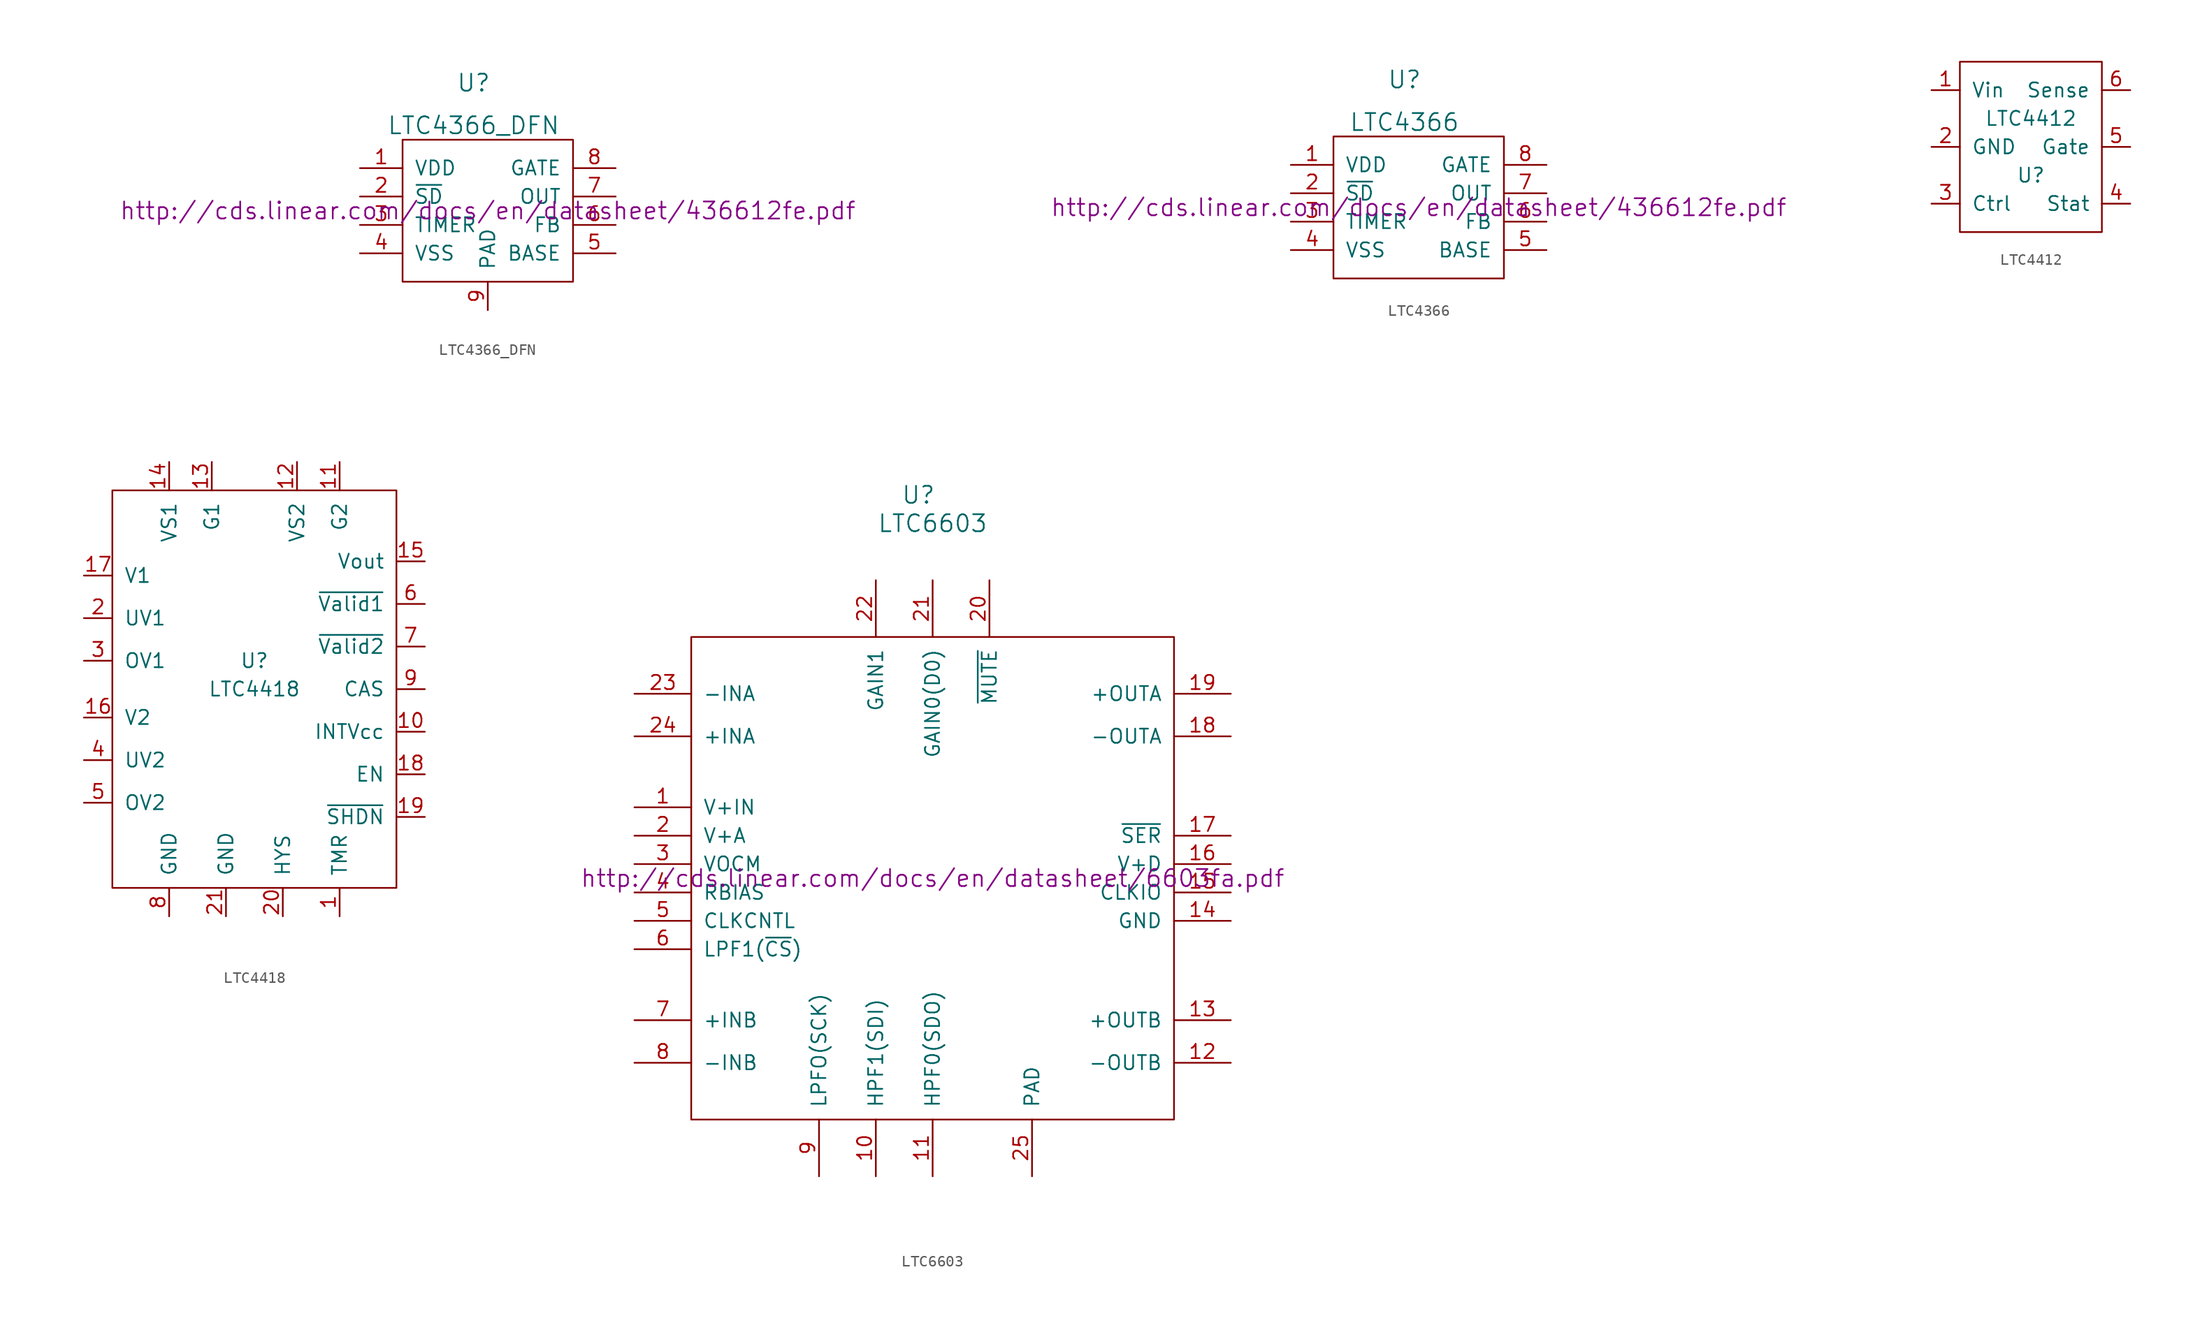
<source format=kicad_sym>
(kicad_symbol_lib
  (version 20220914)
  (generator kicad_symbol_editor)
  (symbol "LTC4366_DFN"
    (pin_names
      (offset 1.016))
    (property "Reference" "U"
      (at -1.27 11.43 0)
      (effects (font (size 1.524 1.524))))
    (property "Value" "LTC4366_DFN"
      (at -1.27 7.62 0)
      (effects (font (size 1.524 1.524))))
    (property "Footprint" ""
      (at 0 0 0)
      (effects (font (size 1.524 1.524))))
    (property "Datasheet" "http://cds.linear.com/docs/en/datasheet/436612fe.pdf"
      (at 0 0 0)
      (effects (font (size 1.524 1.524))))
    (symbol "LTC4366_DFN_0_1"
      (rectangle (start -7.62 6.35) (end 7.62 -6.35) (stroke (width 0) (type default)) (fill (type none))))
    (symbol "LTC4366_DFN_1_1"
      (pin input line (at -11.43 3.81 0) (length 3.81) (name "VDD" (effects (font (size 1.27 1.27)))) (number "1" (effects (font (size 1.27 1.27)))))
      (pin input line (at -11.43 1.27 0) (length 3.81) (name "~{SD}" (effects (font (size 1.27 1.27)))) (number "2" (effects (font (size 1.27 1.27)))))
      (pin input line (at -11.43 -1.27 0) (length 3.81) (name "TIMER" (effects (font (size 1.27 1.27)))) (number "3" (effects (font (size 1.27 1.27)))))
      (pin input line (at -11.43 -3.81 0) (length 3.81) (name "VSS" (effects (font (size 1.27 1.27)))) (number "4" (effects (font (size 1.27 1.27)))))
      (pin input line (at 11.43 -3.81 180) (length 3.81) (name "BASE" (effects (font (size 1.27 1.27)))) (number "5" (effects (font (size 1.27 1.27)))))
      (pin input line (at 11.43 -1.27 180) (length 3.81) (name "FB" (effects (font (size 1.27 1.27)))) (number "6" (effects (font (size 1.27 1.27)))))
      (pin input line (at 11.43 1.27 180) (length 3.81) (name "OUT" (effects (font (size 1.27 1.27)))) (number "7" (effects (font (size 1.27 1.27)))))
      (pin input line (at 11.43 3.81 180) (length 3.81) (name "GATE" (effects (font (size 1.27 1.27)))) (number "8" (effects (font (size 1.27 1.27)))))
      (pin input line (at 0 -8.89 90) (length 2.54) (name "PAD" (effects (font (size 1.27 1.27)))) (number "9" (effects (font (size 1.27 1.27)))))))
  (symbol "LTC4366"
    (pin_names
      (offset 1.016))
    (property "Reference" "U"
      (at -1.27 11.43 0)
      (effects (font (size 1.524 1.524))))
    (property "Value" "LTC4366"
      (at -1.27 7.62 0)
      (effects (font (size 1.524 1.524))))
    (property "Footprint" ""
      (at 0 0 0)
      (effects (font (size 1.524 1.524))))
    (property "Datasheet" "http://cds.linear.com/docs/en/datasheet/436612fe.pdf"
      (at 0 0 0)
      (effects (font (size 1.524 1.524))))
    (symbol "LTC4366_0_1"
      (rectangle (start -7.62 6.35) (end 7.62 -6.35) (stroke (width 0) (type default)) (fill (type none))))
    (symbol "LTC4366_1_1"
      (pin input line (at -11.43 3.81 0) (length 3.81) (name "VDD" (effects (font (size 1.27 1.27)))) (number "1" (effects (font (size 1.27 1.27)))))
      (pin input line (at -11.43 1.27 0) (length 3.81) (name "~{SD}" (effects (font (size 1.27 1.27)))) (number "2" (effects (font (size 1.27 1.27)))))
      (pin input line (at -11.43 -1.27 0) (length 3.81) (name "TIMER" (effects (font (size 1.27 1.27)))) (number "3" (effects (font (size 1.27 1.27)))))
      (pin input line (at -11.43 -3.81 0) (length 3.81) (name "VSS" (effects (font (size 1.27 1.27)))) (number "4" (effects (font (size 1.27 1.27)))))
      (pin input line (at 11.43 -3.81 180) (length 3.81) (name "BASE" (effects (font (size 1.27 1.27)))) (number "5" (effects (font (size 1.27 1.27)))))
      (pin input line (at 11.43 -1.27 180) (length 3.81) (name "FB" (effects (font (size 1.27 1.27)))) (number "6" (effects (font (size 1.27 1.27)))))
      (pin input line (at 11.43 1.27 180) (length 3.81) (name "OUT" (effects (font (size 1.27 1.27)))) (number "7" (effects (font (size 1.27 1.27)))))
      (pin input line (at 11.43 3.81 180) (length 3.81) (name "GATE" (effects (font (size 1.27 1.27)))) (number "8" (effects (font (size 1.27 1.27)))))))
  (symbol "LTC4412"
    (pin_names
      (offset 1.016))
    (property "Reference" "U"
      (at 0 -2.54 0)
      (effects (font (size 1.27 1.27))))
    (property "Value" "LTC4412"
      (at 0 2.54 0)
      (effects (font (size 1.27 1.27))))
    (symbol "LTC4412_0_1"
      (rectangle (start -6.35 7.62) (end 6.35 -7.62) (stroke (width 0) (type default)) (fill (type none))))
    (symbol "LTC4412_1_1"
      (pin input line (at -8.89 5.08 0) (length 2.54) (name "Vin" (effects (font (size 1.27 1.27)))) (number "1" (effects (font (size 1.27 1.27)))))
      (pin input line (at -8.89 0 0) (length 2.54) (name "GND" (effects (font (size 1.27 1.27)))) (number "2" (effects (font (size 1.27 1.27)))))
      (pin input line (at -8.89 -5.08 0) (length 2.54) (name "Ctrl" (effects (font (size 1.27 1.27)))) (number "3" (effects (font (size 1.27 1.27)))))
      (pin output line (at 8.89 -5.08 180) (length 2.54) (name "Stat" (effects (font (size 1.27 1.27)))) (number "4" (effects (font (size 1.27 1.27)))))
      (pin output line (at 8.89 0 180) (length 2.54) (name "Gate" (effects (font (size 1.27 1.27)))) (number "5" (effects (font (size 1.27 1.27)))))
      (pin input line (at 8.89 5.08 180) (length 2.54) (name "Sense" (effects (font (size 1.27 1.27)))) (number "6" (effects (font (size 1.27 1.27)))))))
  (symbol "LTC4418"
    (pin_names
      (offset 1.016))
    (property "Reference" "U"
      (at 0 2.54 0)
      (effects (font (size 1.27 1.27))))
    (property "Value" "LTC4418"
      (at 0 0 0)
      (effects (font (size 1.27 1.27))))
    (symbol "LTC4418_0_1"
      (rectangle (start -12.7 17.78) (end 12.7 -17.78) (stroke (width 0) (type default)) (fill (type none))))
    (symbol "LTC4418_1_1"
      (pin input line (at 7.62 -20.32 90) (length 2.54) (name "TMR" (effects (font (size 1.27 1.27)))) (number "1" (effects (font (size 1.27 1.27)))))
      (pin output line (at 15.24 -3.81 180) (length 2.54) (name "INTVcc" (effects (font (size 1.27 1.27)))) (number "10" (effects (font (size 1.27 1.27)))))
      (pin output line (at 7.62 20.32 270) (length 2.54) (name "G2" (effects (font (size 1.27 1.27)))) (number "11" (effects (font (size 1.27 1.27)))))
      (pin input line (at 3.81 20.32 270) (length 2.54) (name "VS2" (effects (font (size 1.27 1.27)))) (number "12" (effects (font (size 1.27 1.27)))))
      (pin output line (at -3.81 20.32 270) (length 2.54) (name "G1" (effects (font (size 1.27 1.27)))) (number "13" (effects (font (size 1.27 1.27)))))
      (pin input line (at -7.62 20.32 270) (length 2.54) (name "VS1" (effects (font (size 1.27 1.27)))) (number "14" (effects (font (size 1.27 1.27)))))
      (pin power_in line (at 15.24 11.43 180) (length 2.54) (name "Vout" (effects (font (size 1.27 1.27)))) (number "15" (effects (font (size 1.27 1.27)))))
      (pin input line (at -15.24 -2.54 0) (length 2.54) (name "V2" (effects (font (size 1.27 1.27)))) (number "16" (effects (font (size 1.27 1.27)))))
      (pin power_in line (at -15.24 10.16 0) (length 2.54) (name "V1" (effects (font (size 1.27 1.27)))) (number "17" (effects (font (size 1.27 1.27)))))
      (pin input line (at 15.24 -7.62 180) (length 2.54) (name "EN" (effects (font (size 1.27 1.27)))) (number "18" (effects (font (size 1.27 1.27)))))
      (pin input line (at 15.24 -11.43 180) (length 2.54) (name "~{SHDN}" (effects (font (size 1.27 1.27)))) (number "19" (effects (font (size 1.27 1.27)))))
      (pin power_in line (at -15.24 6.35 0) (length 2.54) (name "UV1" (effects (font (size 1.27 1.27)))) (number "2" (effects (font (size 1.27 1.27)))))
      (pin input line (at 2.54 -20.32 90) (length 2.54) (name "HYS" (effects (font (size 1.27 1.27)))) (number "20" (effects (font (size 1.27 1.27)))))
      (pin bidirectional line (at -2.54 -20.32 90) (length 2.54) (name "GND" (effects (font (size 1.27 1.27)))) (number "21" (effects (font (size 1.27 1.27)))))
      (pin input line (at -15.24 2.54 0) (length 2.54) (name "OV1" (effects (font (size 1.27 1.27)))) (number "3" (effects (font (size 1.27 1.27)))))
      (pin input line (at -15.24 -6.35 0) (length 2.54) (name "UV2" (effects (font (size 1.27 1.27)))) (number "4" (effects (font (size 1.27 1.27)))))
      (pin input line (at -15.24 -10.16 0) (length 2.54) (name "OV2" (effects (font (size 1.27 1.27)))) (number "5" (effects (font (size 1.27 1.27)))))
      (pin open_collector line (at 15.24 7.62 180) (length 2.54) (name "~{Valid1}" (effects (font (size 1.27 1.27)))) (number "6" (effects (font (size 1.27 1.27)))))
      (pin open_collector line (at 15.24 3.81 180) (length 2.54) (name "~{Valid2}" (effects (font (size 1.27 1.27)))) (number "7" (effects (font (size 1.27 1.27)))))
      (pin bidirectional line (at -7.62 -20.32 90) (length 2.54) (name "GND" (effects (font (size 1.27 1.27)))) (number "8" (effects (font (size 1.27 1.27)))))
      (pin output line (at 15.24 0 180) (length 2.54) (name "CAS" (effects (font (size 1.27 1.27)))) (number "9" (effects (font (size 1.27 1.27)))))))
  (symbol "LTC6603"
    (pin_names
      (offset 1.016))
    (property "Reference" "U"
      (at -1.27 34.29 0)
      (effects (font (size 1.524 1.524))))
    (property "Value" "LTC6603"
      (at 0 31.75 0)
      (effects (font (size 1.524 1.524))))
    (property "Footprint" ""
      (at 0 0 0)
      (effects (font (size 1.524 1.524))))
    (property "Datasheet" "http://cds.linear.com/docs/en/datasheet/6603fa.pdf"
      (at 0 0 0)
      (effects (font (size 1.524 1.524))))
    (symbol "LTC6603_0_1"
      (rectangle (start -21.59 21.59) (end 21.59 -21.59) (stroke (width 0) (type default)) (fill (type none))))
    (symbol "LTC6603_1_1"
      (pin input line (at -26.67 6.35 0) (length 5.08) (name "V+IN" (effects (font (size 1.27 1.27)))) (number "1" (effects (font (size 1.27 1.27)))))
      (pin input line (at -5.08 -26.67 90) (length 5.08) (name "HPF1(SDI)" (effects (font (size 1.27 1.27)))) (number "10" (effects (font (size 1.27 1.27)))))
      (pin input line (at 0 -26.67 90) (length 5.08) (name "HPF0(SDO)" (effects (font (size 1.27 1.27)))) (number "11" (effects (font (size 1.27 1.27)))))
      (pin input line (at 26.67 -16.51 180) (length 5.08) (name "-OUTB" (effects (font (size 1.27 1.27)))) (number "12" (effects (font (size 1.27 1.27)))))
      (pin input line (at 26.67 -12.7 180) (length 5.08) (name "+OUTB" (effects (font (size 1.27 1.27)))) (number "13" (effects (font (size 1.27 1.27)))))
      (pin input line (at 26.67 -3.81 180) (length 5.08) (name "GND" (effects (font (size 1.27 1.27)))) (number "14" (effects (font (size 1.27 1.27)))))
      (pin input line (at 26.67 -1.27 180) (length 5.08) (name "CLKIO" (effects (font (size 1.27 1.27)))) (number "15" (effects (font (size 1.27 1.27)))))
      (pin input line (at 26.67 1.27 180) (length 5.08) (name "V+D" (effects (font (size 1.27 1.27)))) (number "16" (effects (font (size 1.27 1.27)))))
      (pin input line (at 26.67 3.81 180) (length 5.08) (name "~{SER}" (effects (font (size 1.27 1.27)))) (number "17" (effects (font (size 1.27 1.27)))))
      (pin input line (at 26.67 12.7 180) (length 5.08) (name "-OUTA" (effects (font (size 1.27 1.27)))) (number "18" (effects (font (size 1.27 1.27)))))
      (pin input line (at 26.67 16.51 180) (length 5.08) (name "+OUTA" (effects (font (size 1.27 1.27)))) (number "19" (effects (font (size 1.27 1.27)))))
      (pin input line (at -26.67 3.81 0) (length 5.08) (name "V+A" (effects (font (size 1.27 1.27)))) (number "2" (effects (font (size 1.27 1.27)))))
      (pin input line (at 5.08 26.67 270) (length 5.08) (name "~{MUTE}" (effects (font (size 1.27 1.27)))) (number "20" (effects (font (size 1.27 1.27)))))
      (pin input line (at 0 26.67 270) (length 5.08) (name "GAIN0(D0)" (effects (font (size 1.27 1.27)))) (number "21" (effects (font (size 1.27 1.27)))))
      (pin input line (at -5.08 26.67 270) (length 5.08) (name "GAIN1" (effects (font (size 1.27 1.27)))) (number "22" (effects (font (size 1.27 1.27)))))
      (pin input line (at -26.67 16.51 0) (length 5.08) (name "-INA" (effects (font (size 1.27 1.27)))) (number "23" (effects (font (size 1.27 1.27)))))
      (pin input line (at -26.67 12.7 0) (length 5.08) (name "+INA" (effects (font (size 1.27 1.27)))) (number "24" (effects (font (size 1.27 1.27)))))
      (pin input line (at 8.89 -26.67 90) (length 5.08) (name "PAD" (effects (font (size 1.27 1.27)))) (number "25" (effects (font (size 1.27 1.27)))))
      (pin input line (at -26.67 1.27 0) (length 5.08) (name "VOCM" (effects (font (size 1.27 1.27)))) (number "3" (effects (font (size 1.27 1.27)))))
      (pin input line (at -26.67 -1.27 0) (length 5.08) (name "RBIAS" (effects (font (size 1.27 1.27)))) (number "4" (effects (font (size 1.27 1.27)))))
      (pin input line (at -26.67 -3.81 0) (length 5.08) (name "CLKCNTL" (effects (font (size 1.27 1.27)))) (number "5" (effects (font (size 1.27 1.27)))))
      (pin input line (at -26.67 -6.35 0) (length 5.08) (name "LPF1(~{CS})" (effects (font (size 1.27 1.27)))) (number "6" (effects (font (size 1.27 1.27)))))
      (pin input line (at -26.67 -12.7 0) (length 5.08) (name "+INB" (effects (font (size 1.27 1.27)))) (number "7" (effects (font (size 1.27 1.27)))))
      (pin input line (at -26.67 -16.51 0) (length 5.08) (name "-INB" (effects (font (size 1.27 1.27)))) (number "8" (effects (font (size 1.27 1.27)))))
      (pin input line (at -10.16 -26.67 90) (length 5.08) (name "LPFO(SCK)" (effects (font (size 1.27 1.27)))) (number "9" (effects (font (size 1.27 1.27))))))))
</source>
